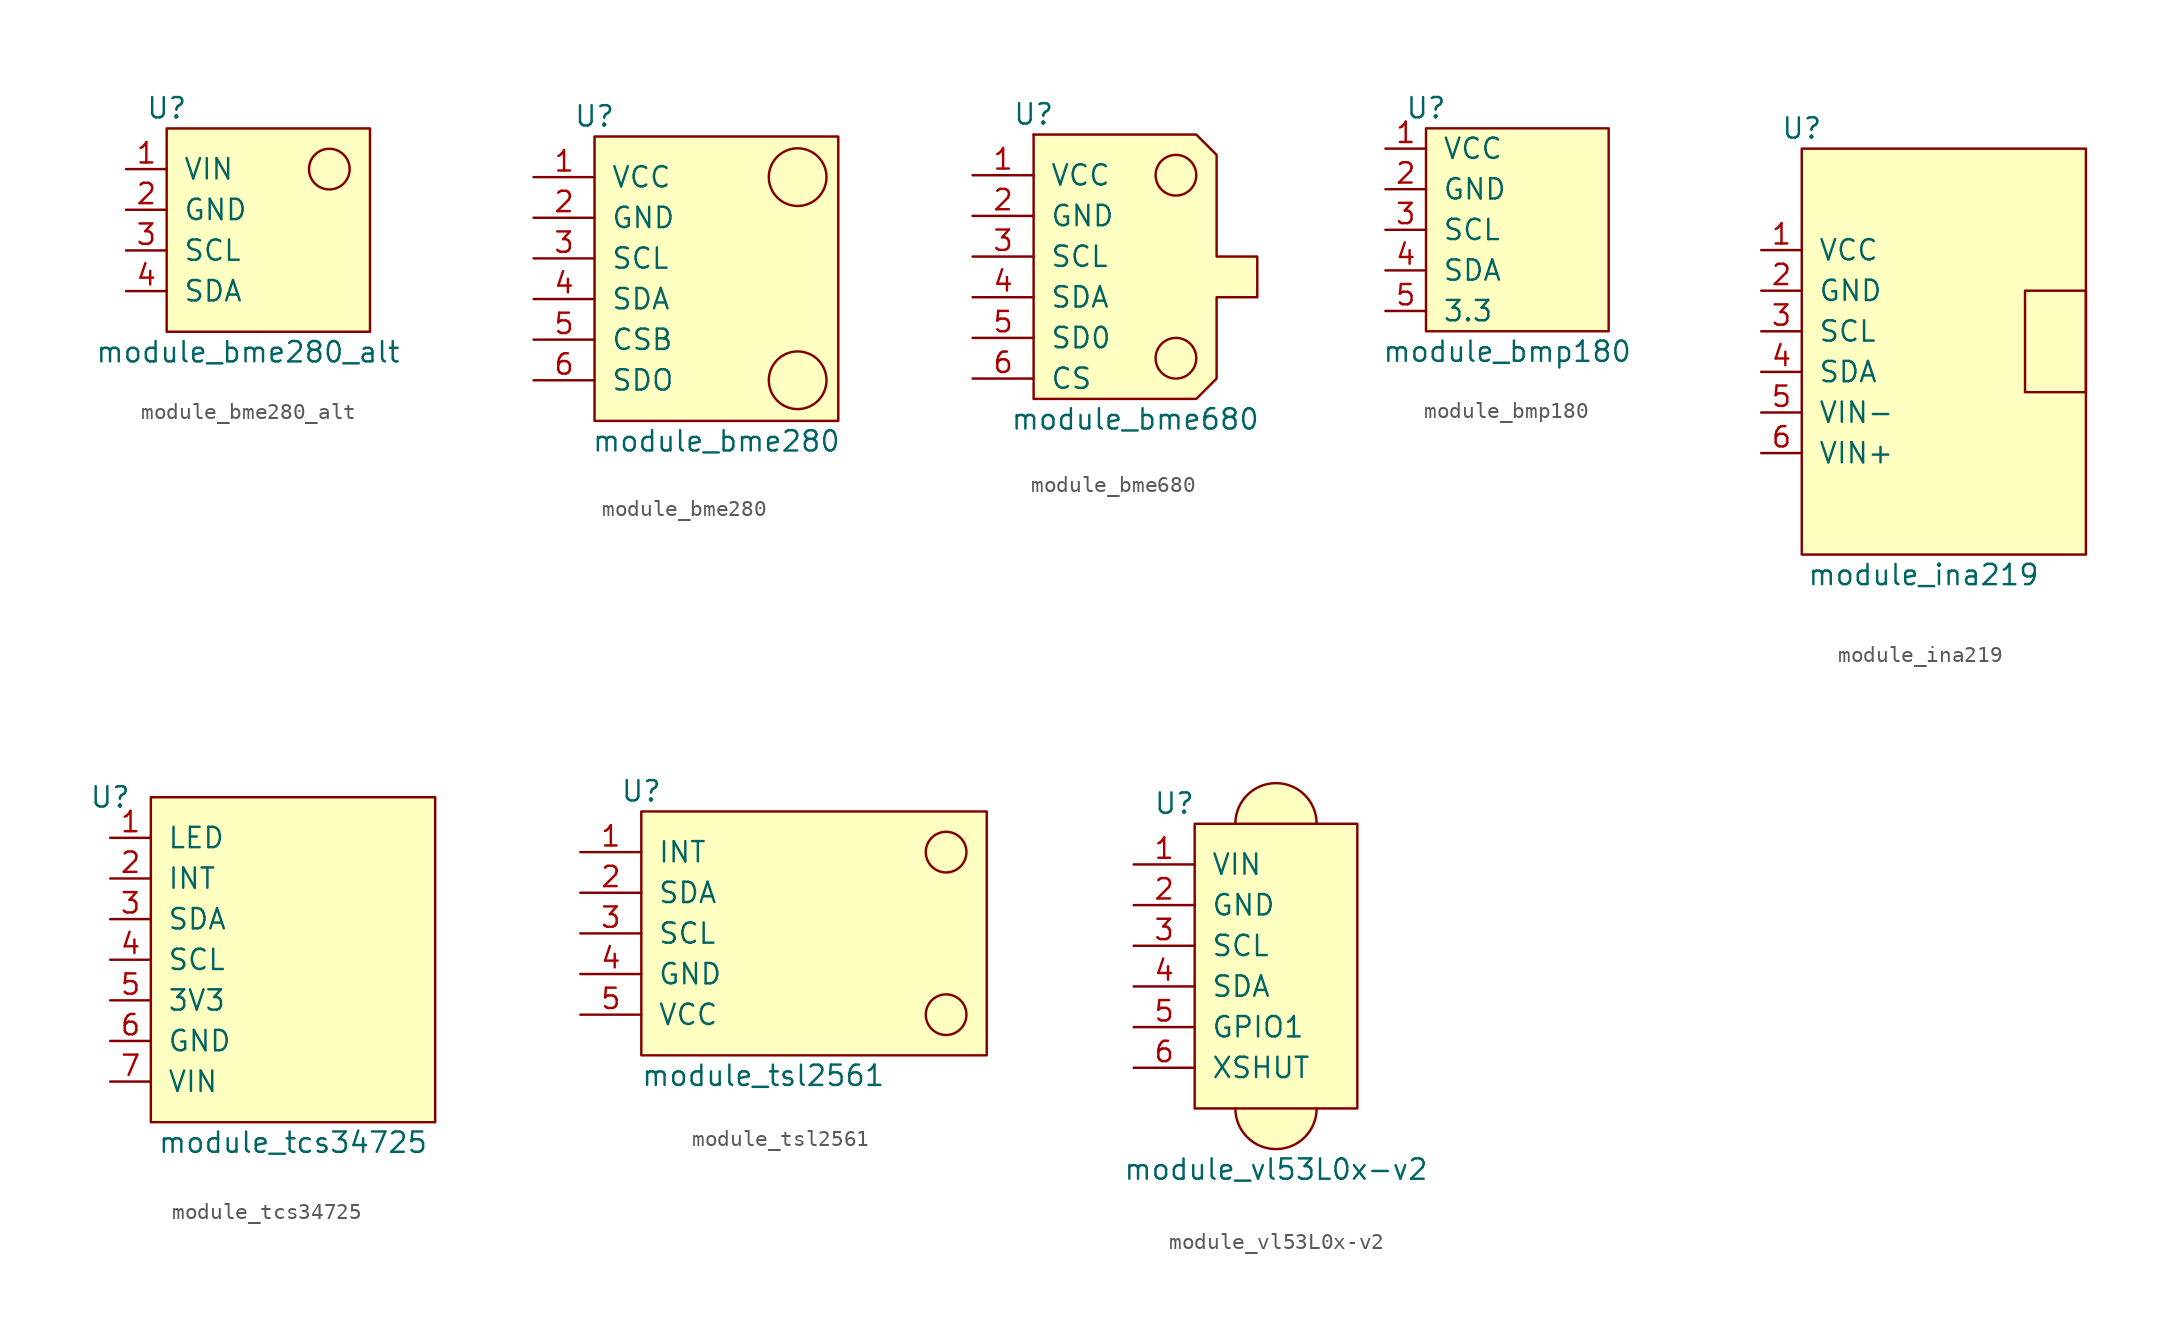
<source format=kicad_sym>
(kicad_symbol_lib
  (version 20241209)
  (generator "kicad_symbol_editor")
  (generator_version "9.0")
  (symbol "module_bme280_alt"
    (pin_names
      (offset 1.016))
    (property "Reference" "U"
      (at 2.54 17.78 0)
      (effects (font (size 1.27 1.27))))
    (property "Value" "module_bme280_alt"
      (at 7.62 2.54 0)
      (effects (font (size 1.27 1.27))))
    (symbol "module_bme280_alt_0_1"
      (rectangle (start 2.54 16.51) (end 15.24 3.81) (stroke (width 0) (type default)) (fill (type background)))
      (circle (center 12.7 13.97) (radius 1.27) (stroke (width 0) (type default)) (fill (type none))))
    (symbol "module_bme280_alt_1_1"
      (pin input line (at 0 13.97 0) (length 2.54) (name "VIN" (effects (font (size 1.27 1.27)))) (number "1" (effects (font (size 1.27 1.27)))))
      (pin input line (at 0 11.43 0) (length 2.54) (name "GND" (effects (font (size 1.27 1.27)))) (number "2" (effects (font (size 1.27 1.27)))))
      (pin input line (at 0 8.89 0) (length 2.54) (name "SCL" (effects (font (size 1.27 1.27)))) (number "3" (effects (font (size 1.27 1.27)))))
      (pin input line (at 0 6.35 0) (length 2.54) (name "SDA" (effects (font (size 1.27 1.27)))) (number "4" (effects (font (size 1.27 1.27)))))))
  (symbol "module_bme280"
    (pin_names
      (offset 1.016))
    (property "Reference" "U"
      (at 3.81 11.43 0)
      (effects (font (size 1.27 1.27))))
    (property "Value" "module_bme280"
      (at 11.43 -8.89 0)
      (effects (font (size 1.27 1.27))))
    (symbol "module_bme280_0_1"
      (rectangle (start 3.81 -7.62) (end 19.05 10.16) (stroke (width 0) (type default)) (fill (type background)))
      (circle (center 16.51 7.62) (radius 1.803) (stroke (width 0) (type default)) (fill (type none)))
      (circle (center 16.51 -5.08) (radius 1.803) (stroke (width 0) (type default)) (fill (type none))))
    (symbol "module_bme280_1_1"
      (pin passive line (at 0 7.62 0) (length 3.81) (name "VCC" (effects (font (size 1.27 1.27)))) (number "1" (effects (font (size 1.27 1.27)))))
      (pin passive line (at 0 5.08 0) (length 3.81) (name "GND" (effects (font (size 1.27 1.27)))) (number "2" (effects (font (size 1.27 1.27)))))
      (pin passive line (at 0 2.54 0) (length 3.81) (name "SCL" (effects (font (size 1.27 1.27)))) (number "3" (effects (font (size 1.27 1.27)))))
      (pin passive line (at 0 0 0) (length 3.81) (name "SDA" (effects (font (size 1.27 1.27)))) (number "4" (effects (font (size 1.27 1.27)))))
      (pin passive line (at 0 -2.54 0) (length 3.81) (name "CSB" (effects (font (size 1.27 1.27)))) (number "5" (effects (font (size 1.27 1.27)))))
      (pin passive line (at 0 -5.08 0) (length 3.81) (name "SDO" (effects (font (size 1.27 1.27)))) (number "6" (effects (font (size 1.27 1.27)))))))
  (symbol "module_bme680"
    (pin_names
      (offset 1.016))
    (property "Reference" "U"
      (at 1.27 17.78 0)
      (effects (font (size 1.27 1.27))))
    (property "Value" "module_bme680"
      (at 7.62 -1.27 0)
      (effects (font (size 1.27 1.27))))
    (symbol "module_bme680_0_1"
      (polyline (pts (xy 1.27 16.51) (xy 1.27 16.51)) (stroke (width 0) (type default)) (fill (type none)))
      (polyline (pts (xy 1.27 13.97) (xy 1.27 16.51) (xy 11.43 16.51) (xy 12.7 15.24) (xy 12.7 8.89) (xy 15.24 8.89) (xy 15.24 6.35) (xy 12.7 6.35) (xy 12.7 1.27) (xy 11.43 0) (xy 1.27 0) (xy 1.27 13.97) (xy 1.27 16.51)) (stroke (width 0) (type default)) (fill (type background)))
      (circle (center 10.16 13.97) (radius 1.27) (stroke (width 0) (type default)) (fill (type none)))
      (circle (center 10.16 2.54) (radius 1.27) (stroke (width 0) (type default)) (fill (type none))))
    (symbol "module_bme680_1_1"
      (pin passive line (at -2.54 13.97 0) (length 3.81) (name "VCC" (effects (font (size 1.27 1.27)))) (number "1" (effects (font (size 1.27 1.27)))))
      (pin passive line (at -2.54 11.43 0) (length 3.81) (name "GND" (effects (font (size 1.27 1.27)))) (number "2" (effects (font (size 1.27 1.27)))))
      (pin passive line (at -2.54 8.89 0) (length 3.81) (name "SCL" (effects (font (size 1.27 1.27)))) (number "3" (effects (font (size 1.27 1.27)))))
      (pin passive line (at -2.54 6.35 0) (length 3.81) (name "SDA" (effects (font (size 1.27 1.27)))) (number "4" (effects (font (size 1.27 1.27)))))
      (pin passive line (at -2.54 3.81 0) (length 3.81) (name "SD0" (effects (font (size 1.27 1.27)))) (number "5" (effects (font (size 1.27 1.27)))))
      (pin passive line (at -2.54 1.27 0) (length 3.81) (name "CS" (effects (font (size 1.27 1.27)))) (number "6" (effects (font (size 1.27 1.27)))))))
  (symbol "module_bmp180"
    (pin_names
      (offset 1.016))
    (property "Reference" "U"
      (at 2.54 11.43 0)
      (effects (font (size 1.27 1.27))))
    (property "Value" "module_bmp180"
      (at 7.62 -3.81 0)
      (effects (font (size 1.27 1.27))))
    (symbol "module_bmp180_0_1"
      (rectangle (start 2.54 10.16) (end 13.97 -2.54) (stroke (width 0) (type default)) (fill (type background))))
    (symbol "module_bmp180_1_1"
      (pin input line (at 0 8.89 0) (length 2.54) (name "VCC" (effects (font (size 1.27 1.27)))) (number "1" (effects (font (size 1.27 1.27)))))
      (pin input line (at 0 6.35 0) (length 2.54) (name "GND" (effects (font (size 1.27 1.27)))) (number "2" (effects (font (size 1.27 1.27)))))
      (pin input line (at 0 3.81 0) (length 2.54) (name "SCL" (effects (font (size 1.27 1.27)))) (number "3" (effects (font (size 1.27 1.27)))))
      (pin input line (at 0 1.27 0) (length 2.54) (name "SDA" (effects (font (size 1.27 1.27)))) (number "4" (effects (font (size 1.27 1.27)))))
      (pin input line (at 0 -1.27 0) (length 2.54) (name "3.3" (effects (font (size 1.27 1.27)))) (number "5" (effects (font (size 1.27 1.27)))))))
  (symbol "module_ina219"
    (pin_names
      (offset 1.016))
    (property "Reference" "U"
      (at 2.54 12.7 0)
      (effects (font (size 1.27 1.27))))
    (property "Value" "module_ina219"
      (at 10.16 -15.24 0)
      (effects (font (size 1.27 1.27))))
    (symbol "module_ina219_0_1"
      (rectangle (start 2.54 11.43) (end 20.32 -13.97) (stroke (width 0) (type default)) (fill (type background)))
      (rectangle (start 20.32 2.54) (end 16.51 -3.81) (stroke (width 0) (type default)) (fill (type none))))
    (symbol "module_ina219_1_1"
      (pin input line (at 0 5.08 0) (length 2.54) (name "VCC" (effects (font (size 1.27 1.27)))) (number "1" (effects (font (size 1.27 1.27)))))
      (pin input line (at 0 2.54 0) (length 2.54) (name "GND" (effects (font (size 1.27 1.27)))) (number "2" (effects (font (size 1.27 1.27)))))
      (pin input line (at 0 0 0) (length 2.54) (name "SCL" (effects (font (size 1.27 1.27)))) (number "3" (effects (font (size 1.27 1.27)))))
      (pin input line (at 0 -2.54 0) (length 2.54) (name "SDA" (effects (font (size 1.27 1.27)))) (number "4" (effects (font (size 1.27 1.27)))))
      (pin input line (at 0 -5.08 0) (length 2.54) (name "VIN-" (effects (font (size 1.27 1.27)))) (number "5" (effects (font (size 1.27 1.27)))))
      (pin input line (at 0 -7.62 0) (length 2.54) (name "VIN+" (effects (font (size 1.27 1.27)))) (number "6" (effects (font (size 1.27 1.27)))))))
  (symbol "module_tcs34725"
    (pin_names
      (offset 1.016))
    (property "Reference" "U"
      (at 0 17.78 0)
      (effects (font (size 1.27 1.27))))
    (property "Value" "module_tcs34725"
      (at 11.43 -3.81 0)
      (effects (font (size 1.27 1.27))))
    (symbol "module_tcs34725_0_1"
      (rectangle (start 2.54 17.78) (end 20.32 -2.54) (stroke (width 0) (type default)) (fill (type background))))
    (symbol "module_tcs34725_1_1"
      (pin input line (at 0 15.24 0) (length 2.54) (name "LED" (effects (font (size 1.27 1.27)))) (number "1" (effects (font (size 1.27 1.27)))))
      (pin input line (at 0 12.7 0) (length 2.54) (name "INT" (effects (font (size 1.27 1.27)))) (number "2" (effects (font (size 1.27 1.27)))))
      (pin input line (at 0 10.16 0) (length 2.54) (name "SDA" (effects (font (size 1.27 1.27)))) (number "3" (effects (font (size 1.27 1.27)))))
      (pin input line (at 0 7.62 0) (length 2.54) (name "SCL" (effects (font (size 1.27 1.27)))) (number "4" (effects (font (size 1.27 1.27)))))
      (pin input line (at 0 5.08 0) (length 2.54) (name "3V3" (effects (font (size 1.27 1.27)))) (number "5" (effects (font (size 1.27 1.27)))))
      (pin input line (at 0 2.54 0) (length 2.54) (name "GND" (effects (font (size 1.27 1.27)))) (number "6" (effects (font (size 1.27 1.27)))))
      (pin input line (at 0 0 0) (length 2.54) (name "VIN" (effects (font (size 1.27 1.27)))) (number "7" (effects (font (size 1.27 1.27)))))))
  (symbol "module_tsl2561"
    (pin_names
      (offset 1.016))
    (property "Reference" "U"
      (at 3.81 7.62 0)
      (effects (font (size 1.27 1.27))))
    (property "Value" "module_tsl2561"
      (at 11.43 -10.16 0)
      (effects (font (size 1.27 1.27))))
    (symbol "module_tsl2561_0_1"
      (rectangle (start 3.81 6.35) (end 25.4 -8.89) (stroke (width 0) (type default)) (fill (type background)))
      (circle (center 22.86 3.81) (radius 1.27) (stroke (width 0) (type default)) (fill (type none)))
      (circle (center 22.86 -6.35) (radius 1.27) (stroke (width 0) (type default)) (fill (type none))))
    (symbol "module_tsl2561_1_1"
      (pin passive line (at 0 3.81 0) (length 3.81) (name "INT" (effects (font (size 1.27 1.27)))) (number "1" (effects (font (size 1.27 1.27)))))
      (pin passive line (at 0 1.27 0) (length 3.81) (name "SDA" (effects (font (size 1.27 1.27)))) (number "2" (effects (font (size 1.27 1.27)))))
      (pin passive line (at 0 -1.27 0) (length 3.81) (name "SCL" (effects (font (size 1.27 1.27)))) (number "3" (effects (font (size 1.27 1.27)))))
      (pin passive line (at 0 -3.81 0) (length 3.81) (name "GND" (effects (font (size 1.27 1.27)))) (number "4" (effects (font (size 1.27 1.27)))))
      (pin passive line (at 0 -6.35 0) (length 3.81) (name "VCC" (effects (font (size 1.27 1.27)))) (number "5" (effects (font (size 1.27 1.27)))))))
  (symbol "module_vl53L0x-v2"
    (pin_names
      (offset 1.016))
    (property "Reference" "U"
      (at 2.54 1.27 0)
      (effects (font (size 1.27 1.27))))
    (property "Value" "module_vl53L0x-v2"
      (at 8.89 -21.59 0)
      (effects (font (size 1.27 1.27))))
    (symbol "module_vl53L0x-v2_0_1"
      (rectangle (start 3.81 0) (end 13.97 -17.78) (stroke (width 0) (type default)) (fill (type background)))
      (arc (start 6.35 0) (mid 8.89 2.529) (end 11.43 0) (stroke (width 0) (type default)) (fill (type background)))
      (arc (start 11.43 -17.78) (mid 8.89 -20.3089) (end 6.35 -17.78) (stroke (width 0) (type default)) (fill (type background))))
    (symbol "module_vl53L0x-v2_1_1"
      (pin passive line (at 0 -2.54 0) (length 3.81) (name "VIN" (effects (font (size 1.27 1.27)))) (number "1" (effects (font (size 1.27 1.27)))))
      (pin passive line (at 0 -5.08 0) (length 3.81) (name "GND" (effects (font (size 1.27 1.27)))) (number "2" (effects (font (size 1.27 1.27)))))
      (pin passive line (at 0 -7.62 0) (length 3.81) (name "SCL" (effects (font (size 1.27 1.27)))) (number "3" (effects (font (size 1.27 1.27)))))
      (pin passive line (at 0 -10.16 0) (length 3.81) (name "SDA" (effects (font (size 1.27 1.27)))) (number "4" (effects (font (size 1.27 1.27)))))
      (pin passive line (at 0 -12.7 0) (length 3.81) (name "GPIO1" (effects (font (size 1.27 1.27)))) (number "5" (effects (font (size 1.27 1.27)))))
      (pin passive line (at 0 -15.24 0) (length 3.81) (name "XSHUT" (effects (font (size 1.27 1.27)))) (number "6" (effects (font (size 1.27 1.27))))))))
</source>
